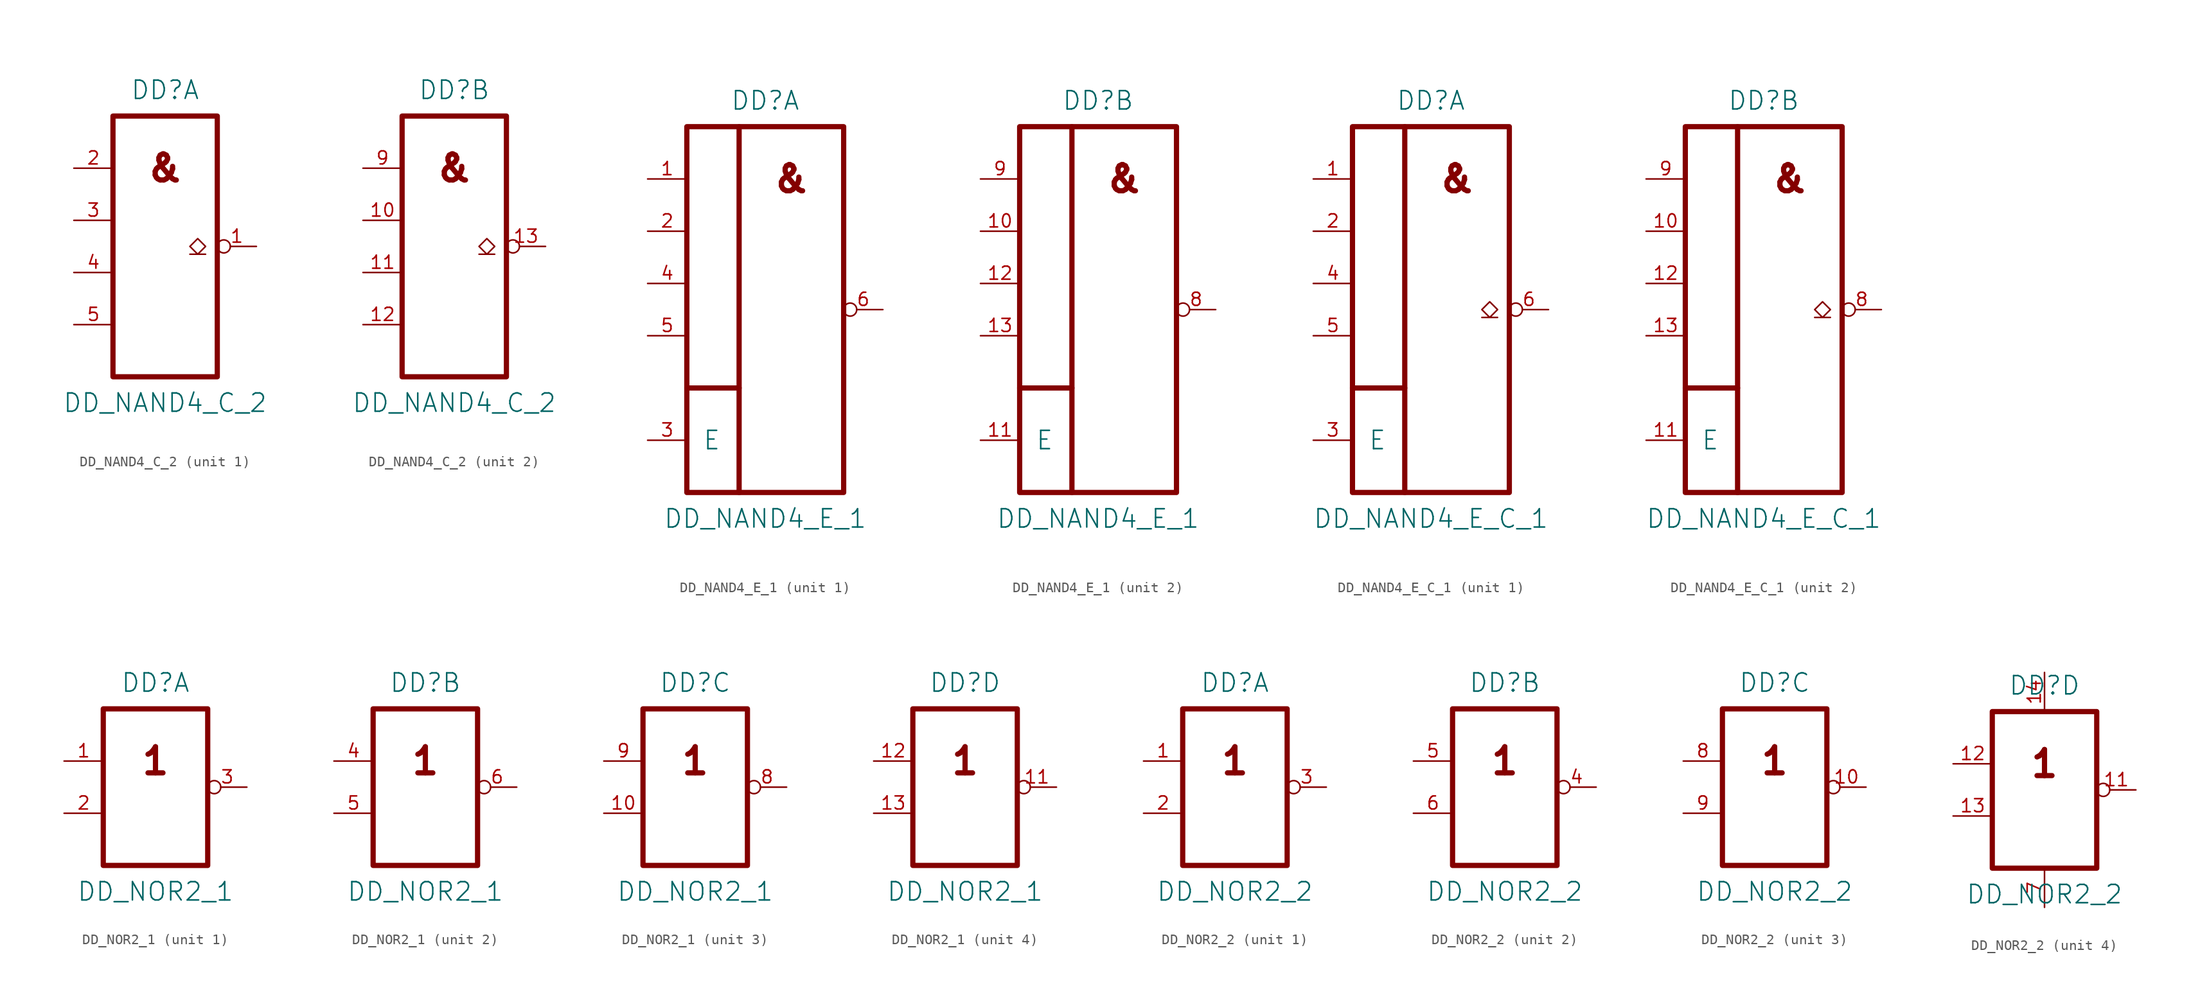
<source format=kicad_sym>
(kicad_symbol_lib
  (version 20211014)
  (generator kicad_symbol_editor)
  (symbol "DD_NAND4_C_2"
    (pin_names
      (offset 1.27))
    (property "Reference" "DD"
      (at 0 15.24 0)
      (effects (font (size 1.778 1.778))))
    (property "Value" "DD_NAND4_C_2"
      (at 0 -15.24 0)
      (effects (font (size 1.778 1.778))))
    (symbol "DD_NAND4_C_2_0_0"
      (text "&" (at 0 7.62 0) (effects (font (size 2.54 2.54) bold))))
    (symbol "DD_NAND4_C_2_0_1"
      (rectangle (start -5.08 12.7) (end 5.08 -12.7) (stroke (width 0.508) (type default) (color 0 0 0 0)) (fill (type none)))
      (polyline (pts (xy 2.413 -0.762) (xy 3.175 -0.762) (xy 2.413 0) (xy 3.175 0.762) (xy 3.937 0) (xy 3.175 -0.762) (xy 3.937 -0.762)) (stroke (width 0) (type default) (color 0 0 0 0)) (fill (type none)))
      (pin power_in non_logic (at 8.89 10.16 180) (length 3.81) hide (name "VCC" (effects (font (size 1.27 1.27)))) (number "14" (effects (font (size 1.27 1.27)))))
      (pin power_in non_logic (at 8.89 -10.16 180) (length 3.81) hide (name "GND" (effects (font (size 1.27 1.27)))) (number "7" (effects (font (size 1.27 1.27))))))
    (symbol "DD_NAND4_C_2_1_1"
      (pin output inverted (at 8.89 0 180) (length 3.81) (name "~" (effects (font (size 1.778 1.778)))) (number "1" (effects (font (size 1.27 1.27)))))
      (pin input line (at -8.89 7.62 0) (length 3.81) (name "~" (effects (font (size 1.778 1.778)))) (number "2" (effects (font (size 1.27 1.27)))))
      (pin input line (at -8.89 2.54 0) (length 3.81) (name "~" (effects (font (size 1.778 1.778)))) (number "3" (effects (font (size 1.27 1.27)))))
      (pin input line (at -8.89 -2.54 0) (length 3.81) (name "~" (effects (font (size 1.778 1.778)))) (number "4" (effects (font (size 1.27 1.27)))))
      (pin input line (at -8.89 -7.62 0) (length 3.81) (name "~" (effects (font (size 1.778 1.778)))) (number "5" (effects (font (size 1.27 1.27))))))
    (symbol "DD_NAND4_C_2_2_1"
      (pin input line (at -8.89 2.54 0) (length 3.81) (name "~" (effects (font (size 1.778 1.778)))) (number "10" (effects (font (size 1.27 1.27)))))
      (pin input line (at -8.89 -2.54 0) (length 3.81) (name "~" (effects (font (size 1.778 1.778)))) (number "11" (effects (font (size 1.27 1.27)))))
      (pin input line (at -8.89 -7.62 0) (length 3.81) (name "~" (effects (font (size 1.778 1.778)))) (number "12" (effects (font (size 1.27 1.27)))))
      (pin output inverted (at 8.89 0 180) (length 3.81) (name "~" (effects (font (size 1.778 1.778)))) (number "13" (effects (font (size 1.27 1.27)))))
      (pin input line (at -8.89 7.62 0) (length 3.81) (name "~" (effects (font (size 1.778 1.778)))) (number "9" (effects (font (size 1.27 1.27)))))))
  (symbol "DD_NAND4_E_1"
    (pin_names
      (offset 1.524))
    (property "Reference" "DD"
      (at 0 20.32 0)
      (effects (font (size 1.778 1.778))))
    (property "Value" "DD_NAND4_E_1"
      (at 0 -20.32 0)
      (effects (font (size 1.778 1.778))))
    (symbol "DD_NAND4_E_1_0_0"
      (text "&" (at 2.54 12.7 0) (effects (font (size 2.54 2.54) bold))))
    (symbol "DD_NAND4_E_1_0_1"
      (rectangle (start -7.62 17.78) (end 7.62 -17.78) (stroke (width 0.508) (type default) (color 0 0 0 0)) (fill (type none)))
      (polyline (pts (xy -7.62 -7.62) (xy -2.54 -7.62)) (stroke (width 0.508) (type default) (color 0 0 0 0)) (fill (type none)))
      (polyline (pts (xy -2.54 17.78) (xy -2.54 -17.78)) (stroke (width 0.508) (type default) (color 0 0 0 0)) (fill (type none)))
      (pin power_in non_logic (at 11.43 15.24 180) (length 3.81) hide (name "VCC" (effects (font (size 1.27 1.27)))) (number "14" (effects (font (size 1.27 1.27)))))
      (pin power_in non_logic (at 11.43 -15.24 180) (length 3.81) hide (name "GND" (effects (font (size 1.27 1.27)))) (number "7" (effects (font (size 1.27 1.27))))))
    (symbol "DD_NAND4_E_1_1_1"
      (pin input line (at -11.43 12.7 0) (length 3.81) (name "~" (effects (font (size 1.778 1.778)))) (number "1" (effects (font (size 1.27 1.27)))))
      (pin input line (at -11.43 7.62 0) (length 3.81) (name "~" (effects (font (size 1.778 1.778)))) (number "2" (effects (font (size 1.27 1.27)))))
      (pin input line (at -11.43 -12.7 0) (length 3.81) (name "E" (effects (font (size 1.778 1.778)))) (number "3" (effects (font (size 1.27 1.27)))))
      (pin input line (at -11.43 2.54 0) (length 3.81) (name "~" (effects (font (size 1.778 1.778)))) (number "4" (effects (font (size 1.27 1.27)))))
      (pin input line (at -11.43 -2.54 0) (length 3.81) (name "~" (effects (font (size 1.778 1.778)))) (number "5" (effects (font (size 1.27 1.27)))))
      (pin output inverted (at 11.43 0 180) (length 3.81) (name "~" (effects (font (size 1.778 1.778)))) (number "6" (effects (font (size 1.27 1.27))))))
    (symbol "DD_NAND4_E_1_2_1"
      (pin input line (at -11.43 7.62 0) (length 3.81) (name "~" (effects (font (size 1.778 1.778)))) (number "10" (effects (font (size 1.27 1.27)))))
      (pin input line (at -11.43 -12.7 0) (length 3.81) (name "E" (effects (font (size 1.778 1.778)))) (number "11" (effects (font (size 1.27 1.27)))))
      (pin input line (at -11.43 2.54 0) (length 3.81) (name "~" (effects (font (size 1.778 1.778)))) (number "12" (effects (font (size 1.27 1.27)))))
      (pin input line (at -11.43 -2.54 0) (length 3.81) (name "~" (effects (font (size 1.778 1.778)))) (number "13" (effects (font (size 1.27 1.27)))))
      (pin output inverted (at 11.43 0 180) (length 3.81) (name "~" (effects (font (size 1.778 1.778)))) (number "8" (effects (font (size 1.27 1.27)))))
      (pin input line (at -11.43 12.7 0) (length 3.81) (name "~" (effects (font (size 1.778 1.778)))) (number "9" (effects (font (size 1.27 1.27)))))))
  (symbol "DD_NAND4_E_C_1"
    (pin_names
      (offset 1.524))
    (property "Reference" "DD"
      (at 0 20.32 0)
      (effects (font (size 1.778 1.778))))
    (property "Value" "DD_NAND4_E_C_1"
      (at 0 -20.32 0)
      (effects (font (size 1.778 1.778))))
    (symbol "DD_NAND4_E_C_1_0_0"
      (text "&" (at 2.54 12.7 0) (effects (font (size 2.54 2.54) bold))))
    (symbol "DD_NAND4_E_C_1_0_1"
      (rectangle (start -7.62 17.78) (end 7.62 -17.78) (stroke (width 0.508) (type default) (color 0 0 0 0)) (fill (type none)))
      (polyline (pts (xy -7.62 -7.62) (xy -2.54 -7.62)) (stroke (width 0.508) (type default) (color 0 0 0 0)) (fill (type none)))
      (polyline (pts (xy -2.54 17.78) (xy -2.54 -17.78)) (stroke (width 0.508) (type default) (color 0 0 0 0)) (fill (type none)))
      (polyline (pts (xy 4.953 -0.762) (xy 5.715 -0.762) (xy 4.953 0) (xy 5.715 0.762) (xy 6.477 0) (xy 5.715 -0.762) (xy 6.477 -0.762)) (stroke (width 0) (type default) (color 0 0 0 0)) (fill (type none)))
      (pin power_in non_logic (at 11.43 15.24 180) (length 3.81) hide (name "VCC" (effects (font (size 1.27 1.27)))) (number "14" (effects (font (size 1.27 1.27)))))
      (pin power_in non_logic (at 11.43 -15.24 180) (length 3.81) hide (name "GND" (effects (font (size 1.27 1.27)))) (number "7" (effects (font (size 1.27 1.27))))))
    (symbol "DD_NAND4_E_C_1_1_1"
      (pin input line (at -11.43 12.7 0) (length 3.81) (name "~" (effects (font (size 1.778 1.778)))) (number "1" (effects (font (size 1.27 1.27)))))
      (pin input line (at -11.43 7.62 0) (length 3.81) (name "~" (effects (font (size 1.778 1.778)))) (number "2" (effects (font (size 1.27 1.27)))))
      (pin input line (at -11.43 -12.7 0) (length 3.81) (name "E" (effects (font (size 1.778 1.778)))) (number "3" (effects (font (size 1.27 1.27)))))
      (pin input line (at -11.43 2.54 0) (length 3.81) (name "~" (effects (font (size 1.778 1.778)))) (number "4" (effects (font (size 1.27 1.27)))))
      (pin input line (at -11.43 -2.54 0) (length 3.81) (name "~" (effects (font (size 1.778 1.778)))) (number "5" (effects (font (size 1.27 1.27)))))
      (pin output inverted (at 11.43 0 180) (length 3.81) (name "~" (effects (font (size 1.778 1.778)))) (number "6" (effects (font (size 1.27 1.27))))))
    (symbol "DD_NAND4_E_C_1_2_1"
      (pin input line (at -11.43 7.62 0) (length 3.81) (name "~" (effects (font (size 1.778 1.778)))) (number "10" (effects (font (size 1.27 1.27)))))
      (pin input line (at -11.43 -12.7 0) (length 3.81) (name "E" (effects (font (size 1.778 1.778)))) (number "11" (effects (font (size 1.27 1.27)))))
      (pin input line (at -11.43 2.54 0) (length 3.81) (name "~" (effects (font (size 1.778 1.778)))) (number "12" (effects (font (size 1.27 1.27)))))
      (pin input line (at -11.43 -2.54 0) (length 3.81) (name "~" (effects (font (size 1.778 1.778)))) (number "13" (effects (font (size 1.27 1.27)))))
      (pin output inverted (at 11.43 0 180) (length 3.81) (name "~" (effects (font (size 1.778 1.778)))) (number "8" (effects (font (size 1.27 1.27)))))
      (pin input line (at -11.43 12.7 0) (length 3.81) (name "~" (effects (font (size 1.778 1.778)))) (number "9" (effects (font (size 1.27 1.27)))))))
  (symbol "DD_NOR2_1"
    (pin_names
      (offset 1.27))
    (property "Reference" "DD"
      (at 0 10.16 0)
      (effects (font (size 1.778 1.778))))
    (property "Value" "DD_NOR2_1"
      (at 0 -10.16 0)
      (effects (font (size 1.778 1.778))))
    (symbol "DD_NOR2_1_0_0"
      (text "1" (at 0 2.54 0) (effects (font (size 2.54 2.54) bold))))
    (symbol "DD_NOR2_1_0_1"
      (rectangle (start -5.08 7.62) (end 5.08 -7.62) (stroke (width 0.508) (type default) (color 0 0 0 0)) (fill (type none)))
      (pin power_in non_logic (at 8.89 5.08 180) (length 3.81) hide (name "VCC" (effects (font (size 1.27 1.27)))) (number "14" (effects (font (size 1.27 1.27)))))
      (pin power_in non_logic (at 8.89 -5.08 180) (length 3.81) hide (name "GND" (effects (font (size 1.27 1.27)))) (number "7" (effects (font (size 1.27 1.27))))))
    (symbol "DD_NOR2_1_1_1"
      (pin input line (at -8.89 2.54 0) (length 3.81) (name "~" (effects (font (size 1.778 1.778)))) (number "1" (effects (font (size 1.27 1.27)))))
      (pin input line (at -8.89 -2.54 0) (length 3.81) (name "~" (effects (font (size 1.778 1.778)))) (number "2" (effects (font (size 1.27 1.27)))))
      (pin output inverted (at 8.89 0 180) (length 3.81) (name "~" (effects (font (size 1.778 1.778)))) (number "3" (effects (font (size 1.27 1.27))))))
    (symbol "DD_NOR2_1_2_1"
      (pin input line (at -8.89 2.54 0) (length 3.81) (name "~" (effects (font (size 1.778 1.778)))) (number "4" (effects (font (size 1.27 1.27)))))
      (pin input line (at -8.89 -2.54 0) (length 3.81) (name "~" (effects (font (size 1.778 1.778)))) (number "5" (effects (font (size 1.27 1.27)))))
      (pin output inverted (at 8.89 0 180) (length 3.81) (name "~" (effects (font (size 1.778 1.778)))) (number "6" (effects (font (size 1.27 1.27))))))
    (symbol "DD_NOR2_1_3_1"
      (pin input line (at -8.89 -2.54 0) (length 3.81) (name "~" (effects (font (size 1.778 1.778)))) (number "10" (effects (font (size 1.27 1.27)))))
      (pin output inverted (at 8.89 0 180) (length 3.81) (name "~" (effects (font (size 1.778 1.778)))) (number "8" (effects (font (size 1.27 1.27)))))
      (pin input line (at -8.89 2.54 0) (length 3.81) (name "~" (effects (font (size 1.778 1.778)))) (number "9" (effects (font (size 1.27 1.27))))))
    (symbol "DD_NOR2_1_4_1"
      (pin output inverted (at 8.89 0 180) (length 3.81) (name "~" (effects (font (size 1.778 1.778)))) (number "11" (effects (font (size 1.27 1.27)))))
      (pin input line (at -8.89 2.54 0) (length 3.81) (name "~" (effects (font (size 1.778 1.778)))) (number "12" (effects (font (size 1.27 1.27)))))
      (pin input line (at -8.89 -2.54 0) (length 3.81) (name "~" (effects (font (size 1.778 1.778)))) (number "13" (effects (font (size 1.27 1.27)))))))
  (symbol "DD_NOR2_2"
    (pin_names
      (offset 1.27))
    (property "Reference" "DD"
      (at 0 10.16 0)
      (effects (font (size 1.778 1.778))))
    (property "Value" "DD_NOR2_2"
      (at 0 -10.16 0)
      (effects (font (size 1.778 1.778))))
    (symbol "DD_NOR2_2_0_0"
      (text "1" (at 0 2.54 0) (effects (font (size 2.54 2.54) bold))))
    (symbol "DD_NOR2_2_0_1"
      (rectangle (start -5.08 7.62) (end 5.08 -7.62) (stroke (width 0.508) (type default) (color 0 0 0 0)) (fill (type none))))
    (symbol "DD_NOR2_2_1_1"
      (pin input line (at -8.89 2.54 0) (length 3.81) (name "~" (effects (font (size 1.778 1.778)))) (number "1" (effects (font (size 1.27 1.27)))))
      (pin input line (at -8.89 -2.54 0) (length 3.81) (name "~" (effects (font (size 1.778 1.778)))) (number "2" (effects (font (size 1.27 1.27)))))
      (pin output inverted (at 8.89 0 180) (length 3.81) (name "~" (effects (font (size 1.778 1.778)))) (number "3" (effects (font (size 1.27 1.27))))))
    (symbol "DD_NOR2_2_2_1"
      (pin output inverted (at 8.89 0 180) (length 3.81) (name "~" (effects (font (size 1.778 1.778)))) (number "4" (effects (font (size 1.27 1.27)))))
      (pin input line (at -8.89 2.54 0) (length 3.81) (name "~" (effects (font (size 1.778 1.778)))) (number "5" (effects (font (size 1.27 1.27)))))
      (pin input line (at -8.89 -2.54 0) (length 3.81) (name "~" (effects (font (size 1.778 1.778)))) (number "6" (effects (font (size 1.27 1.27))))))
    (symbol "DD_NOR2_2_3_1"
      (pin output inverted (at 8.89 0 180) (length 3.81) (name "~" (effects (font (size 1.778 1.778)))) (number "10" (effects (font (size 1.27 1.27)))))
      (pin input line (at -8.89 2.54 0) (length 3.81) (name "~" (effects (font (size 1.778 1.778)))) (number "8" (effects (font (size 1.27 1.27)))))
      (pin input line (at -8.89 -2.54 0) (length 3.81) (name "~" (effects (font (size 1.778 1.778)))) (number "9" (effects (font (size 1.27 1.27))))))
    (symbol "DD_NOR2_2_4_1"
      (pin output inverted (at 8.89 0 180) (length 3.81) (name "~" (effects (font (size 1.778 1.778)))) (number "11" (effects (font (size 1.27 1.27)))))
      (pin input line (at -8.89 2.54 0) (length 3.81) (name "~" (effects (font (size 1.778 1.778)))) (number "12" (effects (font (size 1.27 1.27)))))
      (pin input line (at -8.89 -2.54 0) (length 3.81) (name "~" (effects (font (size 1.778 1.778)))) (number "13" (effects (font (size 1.27 1.27)))))
      (pin power_in line (at 0 11.43 270) (length 3.81) (name "~" (effects (font (size 1.778 1.778)))) (number "14" (effects (font (size 1.27 1.27)))))
      (pin power_in line (at 0 -11.43 90) (length 3.81) (name "~" (effects (font (size 1.778 1.778)))) (number "7" (effects (font (size 1.27 1.27))))))))
</source>
